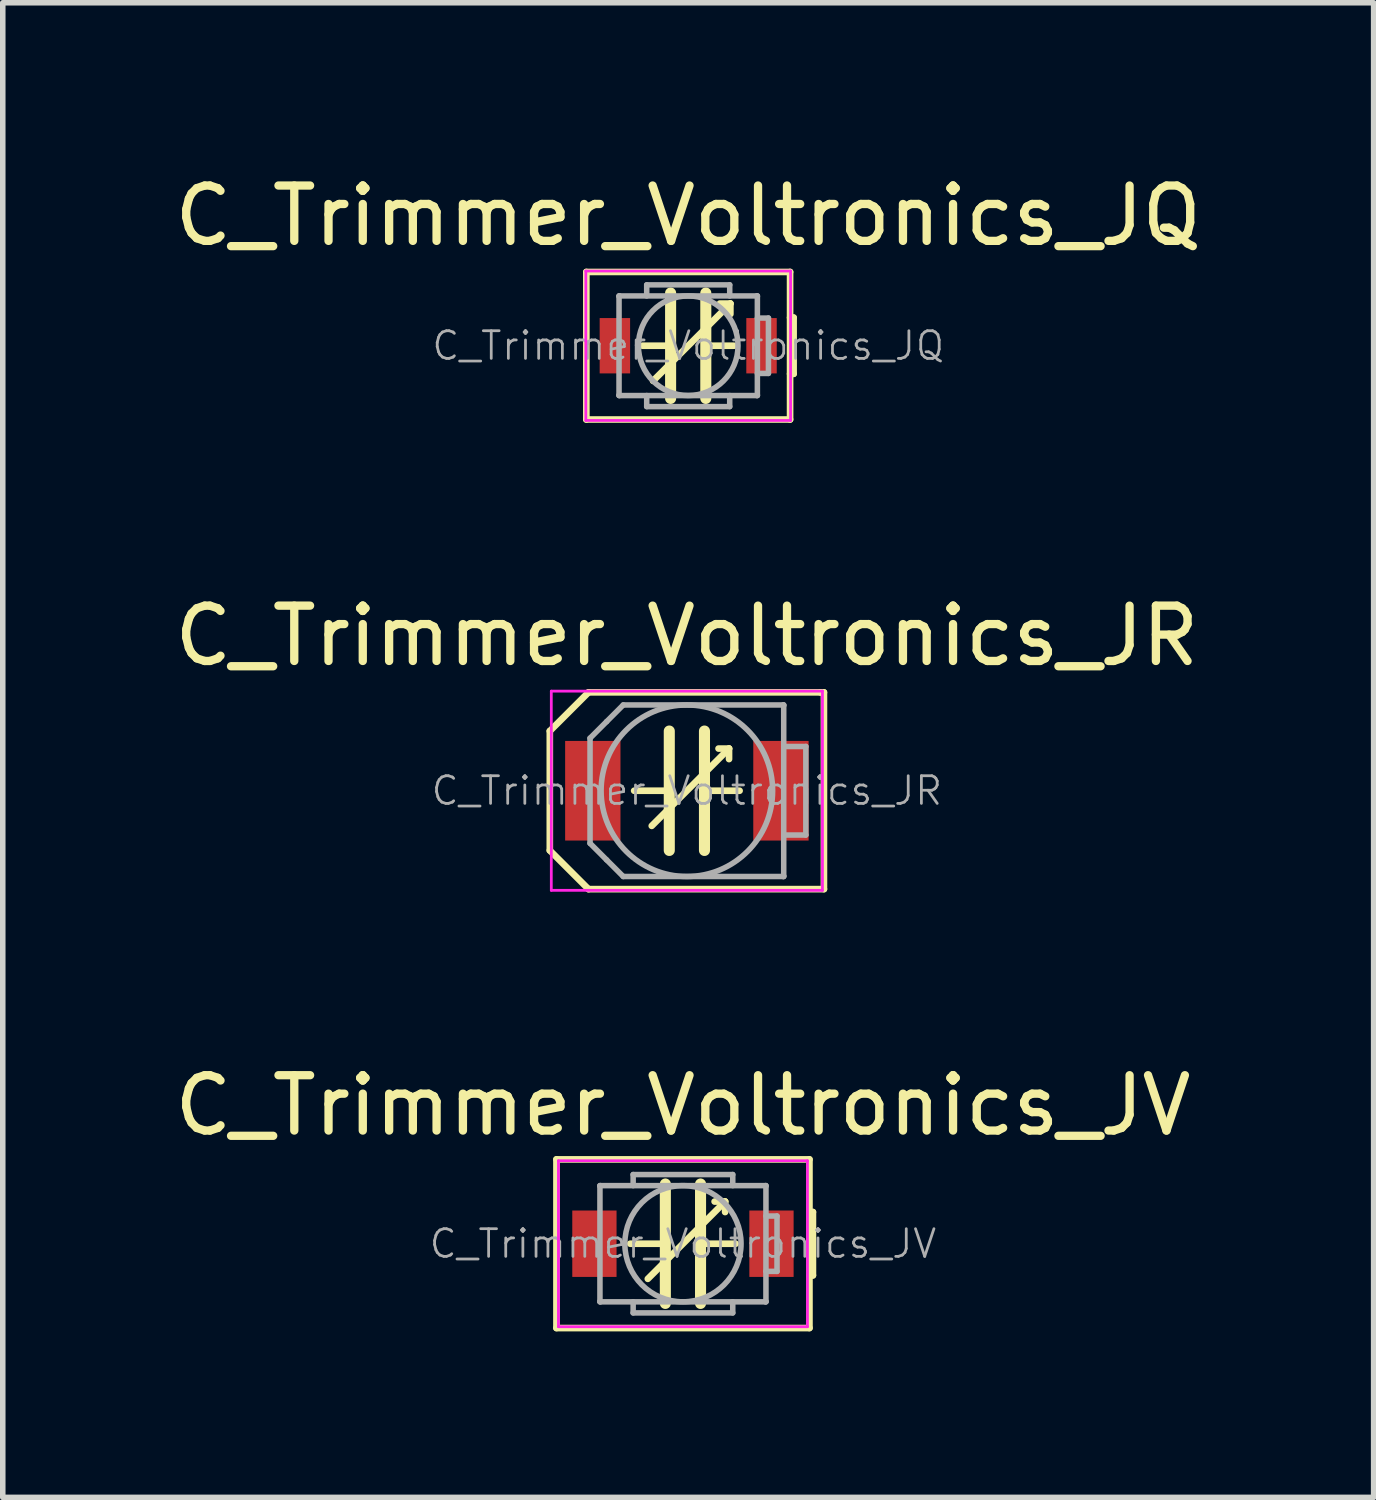
<source format=kicad_pcb>
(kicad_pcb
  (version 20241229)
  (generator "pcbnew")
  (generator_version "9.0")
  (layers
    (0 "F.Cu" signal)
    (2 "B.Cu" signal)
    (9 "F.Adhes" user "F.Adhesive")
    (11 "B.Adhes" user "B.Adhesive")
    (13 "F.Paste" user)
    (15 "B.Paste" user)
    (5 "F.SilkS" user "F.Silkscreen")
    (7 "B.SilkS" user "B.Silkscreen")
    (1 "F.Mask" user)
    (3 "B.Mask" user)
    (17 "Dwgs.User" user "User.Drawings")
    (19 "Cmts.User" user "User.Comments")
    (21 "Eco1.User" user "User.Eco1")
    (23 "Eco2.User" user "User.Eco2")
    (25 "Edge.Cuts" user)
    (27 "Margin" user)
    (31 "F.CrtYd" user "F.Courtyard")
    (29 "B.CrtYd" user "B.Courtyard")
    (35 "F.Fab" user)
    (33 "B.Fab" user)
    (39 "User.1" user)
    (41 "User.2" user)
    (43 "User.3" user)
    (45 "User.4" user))
  (footprint "C_Trimmer_Voltronics_JR"
    (layer "F.Cu")
    (at 9.363 11.24)
    (property "Reference" "C_Trimmer_Voltronics_JR" (at 0 -2.8 0) (layer "F.SilkS") (effects (font (size 1 1) (thickness 0.15))))
    (attr smd)
    (fp_line (start -2.477 -1.079) (end -2.477 1.079) (stroke (width 0.12) (type solid)) (layer "F.SilkS"))
    (fp_line (start -2.477 -1.079) (end -1.778 -1.778) (stroke (width 0.12) (type solid)) (layer "F.SilkS"))
    (fp_line (start -1.778 1.778) (end -2.477 1.079) (stroke (width 0.12) (type solid)) (layer "F.SilkS"))
    (fp_line (start -1.778 1.778) (end 2.477 1.778) (stroke (width 0.12) (type solid)) (layer "F.SilkS"))
    (fp_line (start -0.635 0.635) (end 0.762 -0.762) (stroke (width 0.12) (type solid)) (layer "F.SilkS"))
    (fp_line (start -0.318 -1.079) (end -0.318 1.079) (stroke (width 0.2) (type solid)) (layer "F.SilkS"))
    (fp_line (start -0.318 0) (end -0.953 0) (stroke (width 0.12) (type solid)) (layer "F.SilkS"))
    (fp_line (start 0.318 -1.079) (end 0.318 1.079) (stroke (width 0.2) (type solid)) (layer "F.SilkS"))
    (fp_line (start 0.762 -0.762) (end 0.572 -0.762) (stroke (width 0.12) (type solid)) (layer "F.SilkS"))
    (fp_line (start 0.762 -0.762) (end 0.762 -0.572) (stroke (width 0.12) (type solid)) (layer "F.SilkS"))
    (fp_line (start 0.953 0) (end 0.318 0) (stroke (width 0.12) (type solid)) (layer "F.SilkS"))
    (fp_line (start 2.413 -1.778) (end -1.778 -1.778) (stroke (width 0.12) (type solid)) (layer "F.SilkS"))
    (fp_line (start 2.477 -1.778) (end 2.413 -1.778) (stroke (width 0.12) (type solid)) (layer "F.SilkS"))
    (fp_line (start 2.477 1.778) (end 2.477 -1.778) (stroke (width 0.12) (type solid)) (layer "F.SilkS"))
    (fp_line (start -2.45 -1.8) (end -2.45 1.8) (stroke (width 0.05) (type solid)) (layer "F.CrtYd"))
    (fp_line (start -2.45 1.8) (end 2.45 1.8) (stroke (width 0.05) (type solid)) (layer "F.CrtYd"))
    (fp_line (start 2.45 -1.8) (end -2.45 -1.8) (stroke (width 0.05) (type solid)) (layer "F.CrtYd"))
    (fp_line (start 2.45 1.8) (end 2.45 -1.8) (stroke (width 0.05) (type solid)) (layer "F.CrtYd"))
    (fp_line (start -1.75 -0.95) (end -1.45 -1.25) (stroke (width 0.1) (type solid)) (layer "F.Fab"))
    (fp_line (start -1.75 0.95) (end -1.75 -0.95) (stroke (width 0.1) (type solid)) (layer "F.Fab"))
    (fp_line (start -1.45 -1.25) (end -1.15 -1.55) (stroke (width 0.1) (type solid)) (layer "F.Fab"))
    (fp_line (start -1.45 1.25) (end -1.75 0.95) (stroke (width 0.1) (type solid)) (layer "F.Fab"))
    (fp_line (start -1.15 -1.55) (end 1.74 -1.55) (stroke (width 0.1) (type solid)) (layer "F.Fab"))
    (fp_line (start -1.15 1.55) (end -1.45 1.25) (stroke (width 0.1) (type solid)) (layer "F.Fab"))
    (fp_line (start 1.74 -1.55) (end 1.75 -1.55) (stroke (width 0.1) (type solid)) (layer "F.Fab"))
    (fp_line (start 1.74 1.55) (end -1.15 1.55) (stroke (width 0.1) (type solid)) (layer "F.Fab"))
    (fp_line (start 1.75 -1.55) (end 1.75 -1.54) (stroke (width 0.1) (type solid)) (layer "F.Fab"))
    (fp_line (start 1.75 -1.54) (end 1.75 1.54) (stroke (width 0.1) (type solid)) (layer "F.Fab"))
    (fp_line (start 1.75 -0.8) (end 2.15 -0.8) (stroke (width 0.1) (type solid)) (layer "F.Fab"))
    (fp_line (start 1.75 1.54) (end 1.75 1.55) (stroke (width 0.1) (type solid)) (layer "F.Fab"))
    (fp_line (start 1.75 1.55) (end 1.74 1.55) (stroke (width 0.1) (type solid)) (layer "F.Fab"))
    (fp_line (start 2.15 -0.8) (end 2.15 0.8) (stroke (width 0.1) (type solid)) (layer "F.Fab"))
    (fp_line (start 2.15 0.8) (end 1.75 0.8) (stroke (width 0.1) (type solid)) (layer "F.Fab"))
    (fp_circle (center 0 0) (end 1.55 0) (stroke (width 0.1) (type solid)) (fill no) (layer "F.Fab"))
    (fp_text user "${REFERENCE}" (at 0 0 0) (layer "F.Fab") (effects (font (size 0.5 0.5) (thickness 0.05))))
    (pad "1" smd rect (at -1.7 0) (size 1 1.8) (layers "F.Cu" "F.Mask" "F.Paste"))
    (pad "2" smd rect (at 1.7 0) (size 1 1.8) (layers "F.Cu" "F.Mask" "F.Paste")))
  (footprint "C_Trimmer_Voltronics_JQ"
    (layer "F.Cu")
    (at 9.387 3.198)
    (property "Reference" "C_Trimmer_Voltronics_JQ" (at 0 -2.35 0) (layer "F.SilkS") (effects (font (size 1 1) (thickness 0.15))))
    (attr smd)
    (fp_line (start -1.841 -1.333) (end -1.841 1.333) (stroke (width 0.12) (type solid)) (layer "F.SilkS"))
    (fp_line (start -1.841 1.333) (end 1.841 1.333) (stroke (width 0.12) (type solid)) (layer "F.SilkS"))
    (fp_line (start -0.635 0.635) (end 0.762 -0.762) (stroke (width 0.12) (type solid)) (layer "F.SilkS"))
    (fp_line (start -0.318 -0.953) (end -0.318 0.953) (stroke (width 0.2) (type solid)) (layer "F.SilkS"))
    (fp_line (start -0.318 0) (end -0.826 0) (stroke (width 0.12) (type solid)) (layer "F.SilkS"))
    (fp_line (start 0.318 -0.953) (end 0.318 0.953) (stroke (width 0.2) (type solid)) (layer "F.SilkS"))
    (fp_line (start 0.762 -0.762) (end 0.572 -0.762) (stroke (width 0.12) (type solid)) (layer "F.SilkS"))
    (fp_line (start 0.762 -0.762) (end 0.762 -0.572) (stroke (width 0.12) (type solid)) (layer "F.SilkS"))
    (fp_line (start 0.826 0) (end 0.318 0) (stroke (width 0.12) (type solid)) (layer "F.SilkS"))
    (fp_line (start 1.841 -1.333) (end -1.841 -1.333) (stroke (width 0.12) (type solid)) (layer "F.SilkS"))
    (fp_line (start 1.841 -0.508) (end 1.905 -0.508) (stroke (width 0.12) (type solid)) (layer "F.SilkS"))
    (fp_line (start 1.841 1.333) (end 1.841 -1.333) (stroke (width 0.12) (type solid)) (layer "F.SilkS"))
    (fp_line (start 1.905 -0.508) (end 1.905 0.508) (stroke (width 0.12) (type solid)) (layer "F.SilkS"))
    (fp_line (start 1.905 0.508) (end 1.841 0.508) (stroke (width 0.12) (type solid)) (layer "F.SilkS"))
    (fp_line (start -1.85 -1.35) (end -1.85 1.35) (stroke (width 0.05) (type solid)) (layer "F.CrtYd"))
    (fp_line (start -1.85 1.35) (end 1.85 1.35) (stroke (width 0.05) (type solid)) (layer "F.CrtYd"))
    (fp_line (start 1.85 -1.35) (end -1.85 -1.35) (stroke (width 0.05) (type solid)) (layer "F.CrtYd"))
    (fp_line (start 1.85 1.35) (end 1.85 -1.35) (stroke (width 0.05) (type solid)) (layer "F.CrtYd"))
    (fp_line (start -1.25 -0.9) (end -1.24 -0.9) (stroke (width 0.1) (type solid)) (layer "F.Fab"))
    (fp_line (start -1.25 -0.89) (end -1.25 -0.9) (stroke (width 0.1) (type solid)) (layer "F.Fab"))
    (fp_line (start -1.25 0.89) (end -1.25 -0.89) (stroke (width 0.1) (type solid)) (layer "F.Fab"))
    (fp_line (start -1.25 0.9) (end -1.25 0.89) (stroke (width 0.1) (type solid)) (layer "F.Fab"))
    (fp_line (start -1.24 -0.9) (end 1.24 -0.9) (stroke (width 0.1) (type solid)) (layer "F.Fab"))
    (fp_line (start -1.24 0.9) (end -1.25 0.9) (stroke (width 0.1) (type solid)) (layer "F.Fab"))
    (fp_line (start -0.75 -1.1) (end 0.75 -1.1) (stroke (width 0.1) (type solid)) (layer "F.Fab"))
    (fp_line (start -0.75 -0.9) (end -0.75 -1.1) (stroke (width 0.1) (type solid)) (layer "F.Fab"))
    (fp_line (start -0.75 0.9) (end -0.75 1.1) (stroke (width 0.1) (type solid)) (layer "F.Fab"))
    (fp_line (start -0.75 1.1) (end 0.75 1.1) (stroke (width 0.1) (type solid)) (layer "F.Fab"))
    (fp_line (start 0.75 -1.1) (end 0.75 -0.9) (stroke (width 0.1) (type solid)) (layer "F.Fab"))
    (fp_line (start 0.75 1.1) (end 0.75 0.9) (stroke (width 0.1) (type solid)) (layer "F.Fab"))
    (fp_line (start 1.24 -0.9) (end 1.25 -0.9) (stroke (width 0.1) (type solid)) (layer "F.Fab"))
    (fp_line (start 1.24 0.9) (end -1.24 0.9) (stroke (width 0.1) (type solid)) (layer "F.Fab"))
    (fp_line (start 1.25 -0.9) (end 1.25 -0.89) (stroke (width 0.1) (type solid)) (layer "F.Fab"))
    (fp_line (start 1.25 -0.89) (end 1.25 0.89) (stroke (width 0.1) (type solid)) (layer "F.Fab"))
    (fp_line (start 1.25 -0.5) (end 1.45 -0.5) (stroke (width 0.1) (type solid)) (layer "F.Fab"))
    (fp_line (start 1.25 0.89) (end 1.25 0.9) (stroke (width 0.1) (type solid)) (layer "F.Fab"))
    (fp_line (start 1.25 0.9) (end 1.24 0.9) (stroke (width 0.1) (type solid)) (layer "F.Fab"))
    (fp_line (start 1.45 -0.5) (end 1.45 0.5) (stroke (width 0.1) (type solid)) (layer "F.Fab"))
    (fp_line (start 1.45 0.5) (end 1.25 0.5) (stroke (width 0.1) (type solid)) (layer "F.Fab"))
    (fp_circle (center 0 0) (end 0.9 0) (stroke (width 0.1) (type solid)) (fill no) (layer "F.Fab"))
    (fp_text user "${REFERENCE}" (at 0 0 0) (layer "F.Fab") (effects (font (size 0.5 0.5) (thickness 0.05))))
    (pad "1" smd rect (at -1.325 0) (size 0.55 1) (layers "F.Cu" "F.Mask" "F.Paste"))
    (pad "2" smd rect (at 1.325 0) (size 0.55 1) (layers "F.Cu" "F.Mask" "F.Paste")))
  (footprint "C_Trimmer_Voltronics_JV"
    (layer "F.Cu")
    (at 9.292 19.426)
    (property "Reference" "C_Trimmer_Voltronics_JV" (at 0 -2.5 0) (layer "F.SilkS") (effects (font (size 1 1) (thickness 0.15))))
    (attr smd)
    (fp_line (start -2.286 -1.524) (end -2.286 1.524) (stroke (width 0.12) (type solid)) (layer "F.SilkS"))
    (fp_line (start -2.286 1.524) (end 2.286 1.524) (stroke (width 0.12) (type solid)) (layer "F.SilkS"))
    (fp_line (start -0.635 0.635) (end 0.762 -0.762) (stroke (width 0.12) (type solid)) (layer "F.SilkS"))
    (fp_line (start -0.318 -1.079) (end -0.318 1.079) (stroke (width 0.2) (type solid)) (layer "F.SilkS"))
    (fp_line (start -0.318 0) (end -0.953 0) (stroke (width 0.12) (type solid)) (layer "F.SilkS"))
    (fp_line (start 0.318 -1.079) (end 0.318 1.079) (stroke (width 0.2) (type solid)) (layer "F.SilkS"))
    (fp_line (start 0.762 -0.762) (end 0.572 -0.762) (stroke (width 0.12) (type solid)) (layer "F.SilkS"))
    (fp_line (start 0.762 -0.762) (end 0.762 -0.572) (stroke (width 0.12) (type solid)) (layer "F.SilkS"))
    (fp_line (start 0.953 0) (end 0.318 0) (stroke (width 0.12) (type solid)) (layer "F.SilkS"))
    (fp_line (start 2.286 -1.524) (end -2.286 -1.524) (stroke (width 0.12) (type solid)) (layer "F.SilkS"))
    (fp_line (start 2.286 1.524) (end 2.286 -1.524) (stroke (width 0.12) (type solid)) (layer "F.SilkS"))
    (fp_line (start 2.349 -0.572) (end 2.286 -0.572) (stroke (width 0.12) (type solid)) (layer "F.SilkS"))
    (fp_line (start 2.349 0.572) (end 2.286 0.572) (stroke (width 0.12) (type solid)) (layer "F.SilkS"))
    (fp_line (start 2.349 0.572) (end 2.349 -0.572) (stroke (width 0.12) (type solid)) (layer "F.SilkS"))
    (fp_line (start -2.25 -1.5) (end -2.25 1.5) (stroke (width 0.05) (type solid)) (layer "F.CrtYd"))
    (fp_line (start -2.25 1.5) (end 2.25 1.5) (stroke (width 0.05) (type solid)) (layer "F.CrtYd"))
    (fp_line (start 2.25 -1.5) (end -2.25 -1.5) (stroke (width 0.05) (type solid)) (layer "F.CrtYd"))
    (fp_line (start 2.25 1.5) (end 2.25 -1.5) (stroke (width 0.05) (type solid)) (layer "F.CrtYd"))
    (fp_line (start -1.5 -1.05) (end -1.49 -1.05) (stroke (width 0.1) (type solid)) (layer "F.Fab"))
    (fp_line (start -1.5 -1.04) (end -1.5 -1.05) (stroke (width 0.1) (type solid)) (layer "F.Fab"))
    (fp_line (start -1.5 1.04) (end -1.5 -1.04) (stroke (width 0.1) (type solid)) (layer "F.Fab"))
    (fp_line (start -1.5 1.05) (end -1.5 1.04) (stroke (width 0.1) (type solid)) (layer "F.Fab"))
    (fp_line (start -1.49 -1.05) (end 1.49 -1.05) (stroke (width 0.1) (type solid)) (layer "F.Fab"))
    (fp_line (start -1.49 1.05) (end -1.5 1.05) (stroke (width 0.1) (type solid)) (layer "F.Fab"))
    (fp_line (start -0.9 -1.25) (end 0.9 -1.25) (stroke (width 0.1) (type solid)) (layer "F.Fab"))
    (fp_line (start -0.9 -1.05) (end -0.9 -1.25) (stroke (width 0.1) (type solid)) (layer "F.Fab"))
    (fp_line (start -0.9 1.05) (end -0.9 1.25) (stroke (width 0.1) (type solid)) (layer "F.Fab"))
    (fp_line (start -0.9 1.25) (end 0.9 1.25) (stroke (width 0.1) (type solid)) (layer "F.Fab"))
    (fp_line (start 0.9 -1.25) (end 0.9 -1.05) (stroke (width 0.1) (type solid)) (layer "F.Fab"))
    (fp_line (start 0.9 1.25) (end 0.9 1.05) (stroke (width 0.1) (type solid)) (layer "F.Fab"))
    (fp_line (start 1.49 -1.05) (end 1.5 -1.05) (stroke (width 0.1) (type solid)) (layer "F.Fab"))
    (fp_line (start 1.49 1.05) (end -1.49 1.05) (stroke (width 0.1) (type solid)) (layer "F.Fab"))
    (fp_line (start 1.5 -1.05) (end 1.5 -1.04) (stroke (width 0.1) (type solid)) (layer "F.Fab"))
    (fp_line (start 1.5 -1.04) (end 1.5 1.04) (stroke (width 0.1) (type solid)) (layer "F.Fab"))
    (fp_line (start 1.5 -0.5) (end 1.7 -0.5) (stroke (width 0.1) (type solid)) (layer "F.Fab"))
    (fp_line (start 1.5 1.04) (end 1.5 1.05) (stroke (width 0.1) (type solid)) (layer "F.Fab"))
    (fp_line (start 1.5 1.05) (end 1.49 1.05) (stroke (width 0.1) (type solid)) (layer "F.Fab"))
    (fp_line (start 1.7 -0.5) (end 1.7 0.5) (stroke (width 0.1) (type solid)) (layer "F.Fab"))
    (fp_line (start 1.7 0.5) (end 1.5 0.5) (stroke (width 0.1) (type solid)) (layer "F.Fab"))
    (fp_circle (center 0 0) (end 1.05 0) (stroke (width 0.1) (type solid)) (fill no) (layer "F.Fab"))
    (fp_text user "${REFERENCE}" (at 0 0 0) (layer "F.Fab") (effects (font (size 0.5 0.5) (thickness 0.05))))
    (pad "1" smd rect (at -1.6 0) (size 0.8 1.2) (layers "F.Cu" "F.Mask" "F.Paste"))
    (pad "2" smd rect (at 1.6 0) (size 0.8 1.2) (layers "F.Cu" "F.Mask" "F.Paste")))
  (gr_rect
    (start -3 -3)
    (end 21.774 24.01)
    (stroke (width 0.1) (type default))
    (fill no)
    (layer "Edge.Cuts")))
</source>
